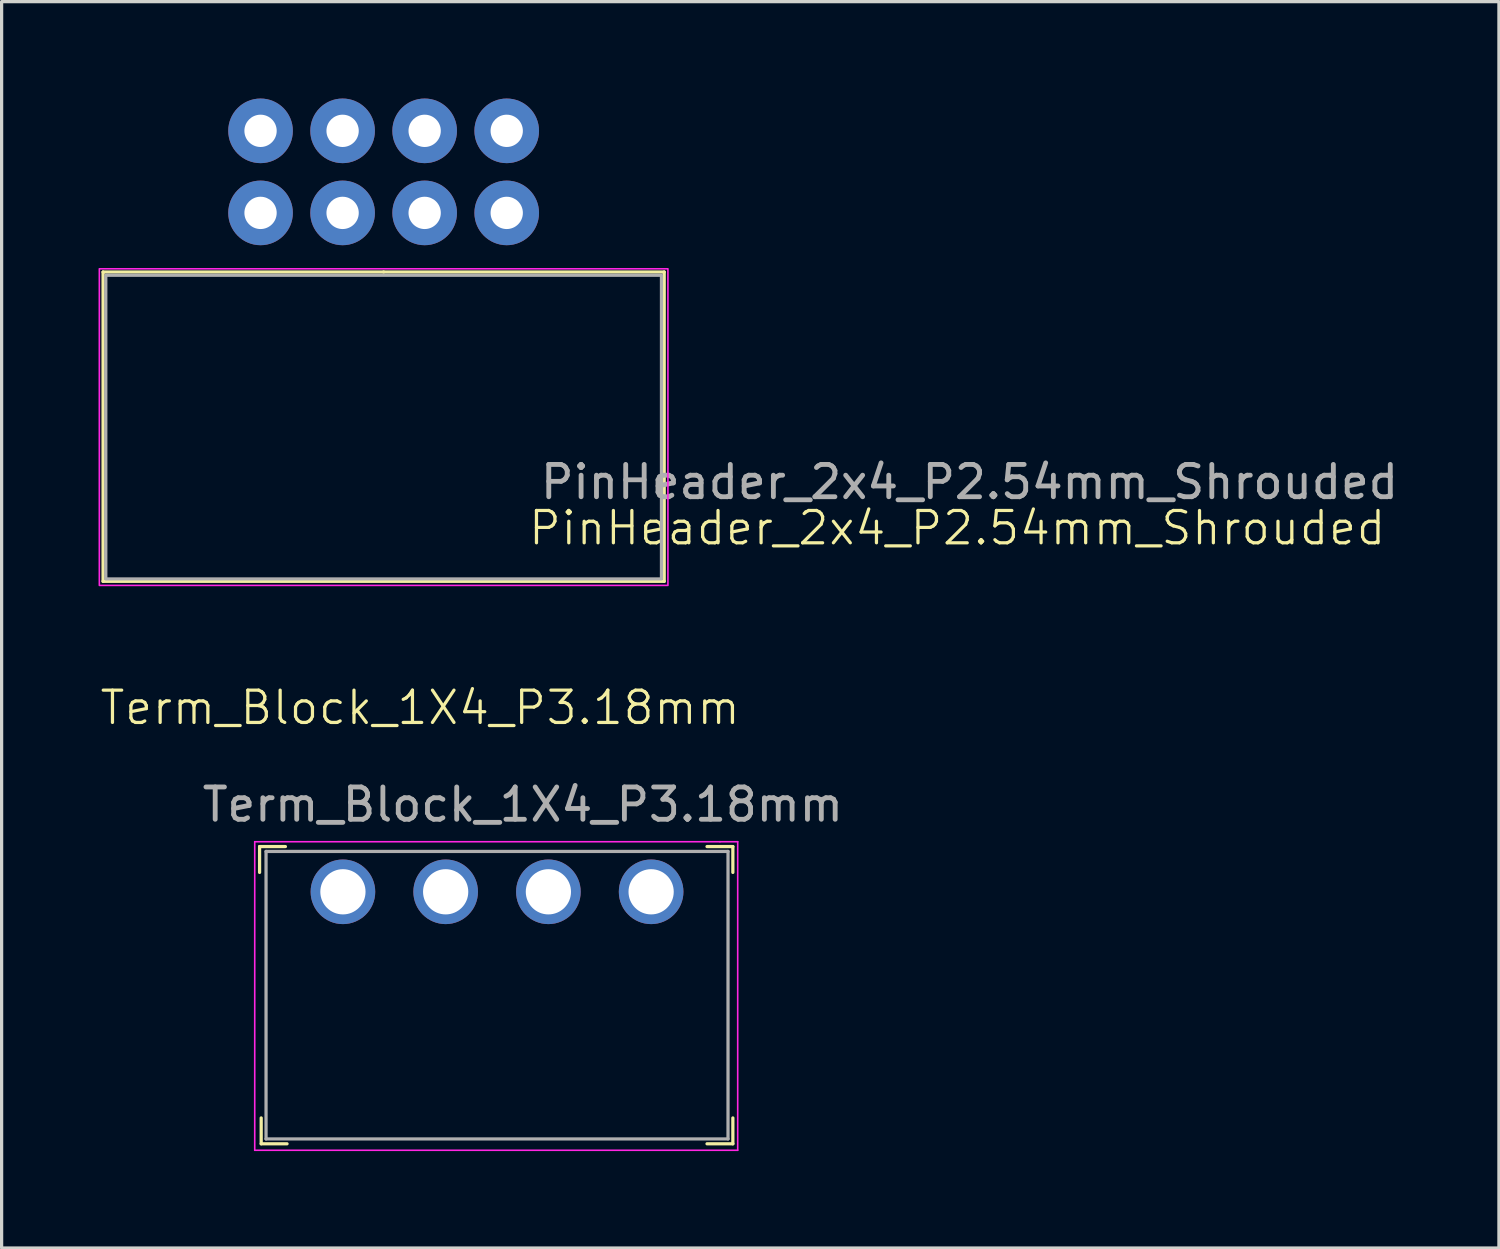
<source format=kicad_pcb>
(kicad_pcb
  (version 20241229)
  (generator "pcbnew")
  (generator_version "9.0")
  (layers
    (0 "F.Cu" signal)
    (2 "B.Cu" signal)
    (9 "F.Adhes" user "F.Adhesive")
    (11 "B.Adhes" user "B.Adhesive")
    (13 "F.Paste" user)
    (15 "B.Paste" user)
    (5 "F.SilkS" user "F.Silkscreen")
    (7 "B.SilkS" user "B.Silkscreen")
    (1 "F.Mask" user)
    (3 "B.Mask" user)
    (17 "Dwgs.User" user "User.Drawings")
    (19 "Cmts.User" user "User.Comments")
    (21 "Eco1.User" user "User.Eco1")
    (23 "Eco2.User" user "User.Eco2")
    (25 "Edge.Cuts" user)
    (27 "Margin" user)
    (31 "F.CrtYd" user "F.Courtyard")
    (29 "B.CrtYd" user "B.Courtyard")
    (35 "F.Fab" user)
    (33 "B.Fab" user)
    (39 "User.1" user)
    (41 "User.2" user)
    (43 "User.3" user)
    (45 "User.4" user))
  (footprint "Term_Block_1X4_P3.18mm"
    (layer "F.Cu")
    (at 12.335 24.555)
    (property "Reference" "Term_Block_1X4_P3.18mm" (at -2.38 -5.7 0) (unlocked yes) (layer "F.SilkS") (effects (font (size 1 1) (thickness 0.1))))
    (attr through_hole)
    (fp_line (start -7.35 -1.4) (end -7.35 -0.6) (stroke (width 0.1) (type default)) (layer "F.SilkS"))
    (fp_line (start -7.35 -1.4) (end -6.55 -1.4) (stroke (width 0.1) (type default)) (layer "F.SilkS"))
    (fp_line (start -7.3 7.8) (end -7.3 7) (stroke (width 0.1) (type default)) (layer "F.SilkS"))
    (fp_line (start -7.3 7.8) (end -6.5 7.8) (stroke (width 0.1) (type default)) (layer "F.SilkS"))
    (fp_line (start 6.5 -1.4) (end 7.3 -1.4) (stroke (width 0.1) (type default)) (layer "F.SilkS"))
    (fp_line (start 7.3 -1.4) (end 7.3 -0.6) (stroke (width 0.1) (type default)) (layer "F.SilkS"))
    (fp_line (start 7.3 7.8) (end 6.5 7.8) (stroke (width 0.1) (type default)) (layer "F.SilkS"))
    (fp_line (start 7.3 7.8) (end 7.3 7) (stroke (width 0.1) (type default)) (layer "F.SilkS"))
    (fp_line (start -7.5 -1.55) (end 6.9 -1.55) (stroke (width 0.05) (type default)) (layer "F.CrtYd"))
    (fp_line (start -7.5 8) (end -7.5 -1.55) (stroke (width 0.05) (type default)) (layer "F.CrtYd"))
    (fp_line (start 6.9 -1.55) (end 7.45 -1.55) (stroke (width 0.05) (type default)) (layer "F.CrtYd"))
    (fp_line (start 7.45 -1.55) (end 7.45 8) (stroke (width 0.05) (type default)) (layer "F.CrtYd"))
    (fp_line (start 7.45 8) (end -7.5 8) (stroke (width 0.05) (type default)) (layer "F.CrtYd"))
    (fp_line (start -7.15 -1.25) (end 7.15 -1.25) (stroke (width 0.1) (type default)) (layer "F.Fab"))
    (fp_line (start -7.15 7.65) (end -7.15 -1.25) (stroke (width 0.1) (type default)) (layer "F.Fab"))
    (fp_line (start 7.15 -1.25) (end 7.15 7.65) (stroke (width 0.1) (type default)) (layer "F.Fab"))
    (fp_line (start 7.15 7.65) (end -7.15 7.65) (stroke (width 0.1) (type default)) (layer "F.Fab"))
    (fp_text user "${REFERENCE}" (at 0.8 -2.7 0) (unlocked yes) (layer "F.Fab") (effects (font (size 1 1) (thickness 0.15))))
    (pad "1" thru_hole circle (at -4.77 0) (size 2 2) (drill 1.4) (layers "*.Cu" "*.Mask"))
    (pad "2" thru_hole circle (at -1.59 0) (size 2 2) (drill 1.4) (layers "*.Cu" "*.Mask"))
    (pad "3" thru_hole circle (at 1.59 0) (size 2 2) (drill 1.4) (layers "*.Cu" "*.Mask"))
    (pad "4" thru_hole circle (at 4.77 0) (size 2 2) (drill 1.4) (layers "*.Cu" "*.Mask")))
  (footprint "PinHeader_2x4_P2.54mm_Shrouded"
    (layer "F.Cu")
    (at 8.825 2.27)
    (property "Reference" "PinHeader_2x4_P2.54mm_Shrouded" (at 17.755 11.024 0) (unlocked yes) (layer "F.SilkS") (effects (font (size 1 1) (thickness 0.1))))
    (attr through_hole)
    (fp_line (start -8.685 3.099) (end -8.685 12.675) (stroke (width 0.1) (type default)) (layer "F.SilkS"))
    (fp_line (start -8.685 12.675) (end 8.685 12.675) (stroke (width 0.1) (type default)) (layer "F.SilkS"))
    (fp_line (start 0 3.099) (end -8.685 3.099) (stroke (width 0.1) (type default)) (layer "F.SilkS"))
    (fp_line (start 0 3.099) (end 8.685 3.099) (stroke (width 0.1) (type default)) (layer "F.SilkS"))
    (fp_line (start 8.685 12.675) (end 8.685 3.099) (stroke (width 0.1) (type default)) (layer "F.SilkS"))
    (fp_rect (start -8.8 3) (end 8.8 12.8) (stroke (width 0.05) (type default)) (fill no) (layer "F.CrtYd"))
    (fp_rect (start -8.6 3.2) (end 8.6 12.6) (stroke (width 0.1) (type default)) (fill no) (layer "F.Fab"))
    (fp_text user "${REFERENCE}" (at 18.136 9.601 0) (unlocked yes) (layer "F.Fab") (effects (font (size 1 1) (thickness 0.15))))
    (pad "1" thru_hole circle (at -3.81 1.27) (size 2 2) (drill 1) (layers "*.Cu" "*.Mask"))
    (pad "2" thru_hole circle (at -3.81 -1.27) (size 2 2) (drill 1) (layers "*.Cu" "*.Mask"))
    (pad "3" thru_hole circle (at -1.27 1.27) (size 2 2) (drill 1) (layers "*.Cu" "*.Mask"))
    (pad "4" thru_hole circle (at -1.27 -1.27) (size 2 2) (drill 1) (layers "*.Cu" "*.Mask"))
    (pad "5" thru_hole circle (at 1.27 1.27) (size 2 2) (drill 1) (layers "*.Cu" "*.Mask"))
    (pad "6" thru_hole circle (at 1.27 -1.27) (size 2 2) (drill 1) (layers "*.Cu" "*.Mask"))
    (pad "7" thru_hole circle (at 3.81 1.27) (size 2 2) (drill 1) (layers "*.Cu" "*.Mask"))
    (pad "8" thru_hole circle (at 3.81 -1.27) (size 2 2) (drill 1) (layers "*.Cu" "*.Mask")))
  (gr_rect
    (start -3 -3)
    (end 43.348 35.581)
    (stroke (width 0.1) (type default))
    (fill no)
    (layer "Edge.Cuts")))
</source>
